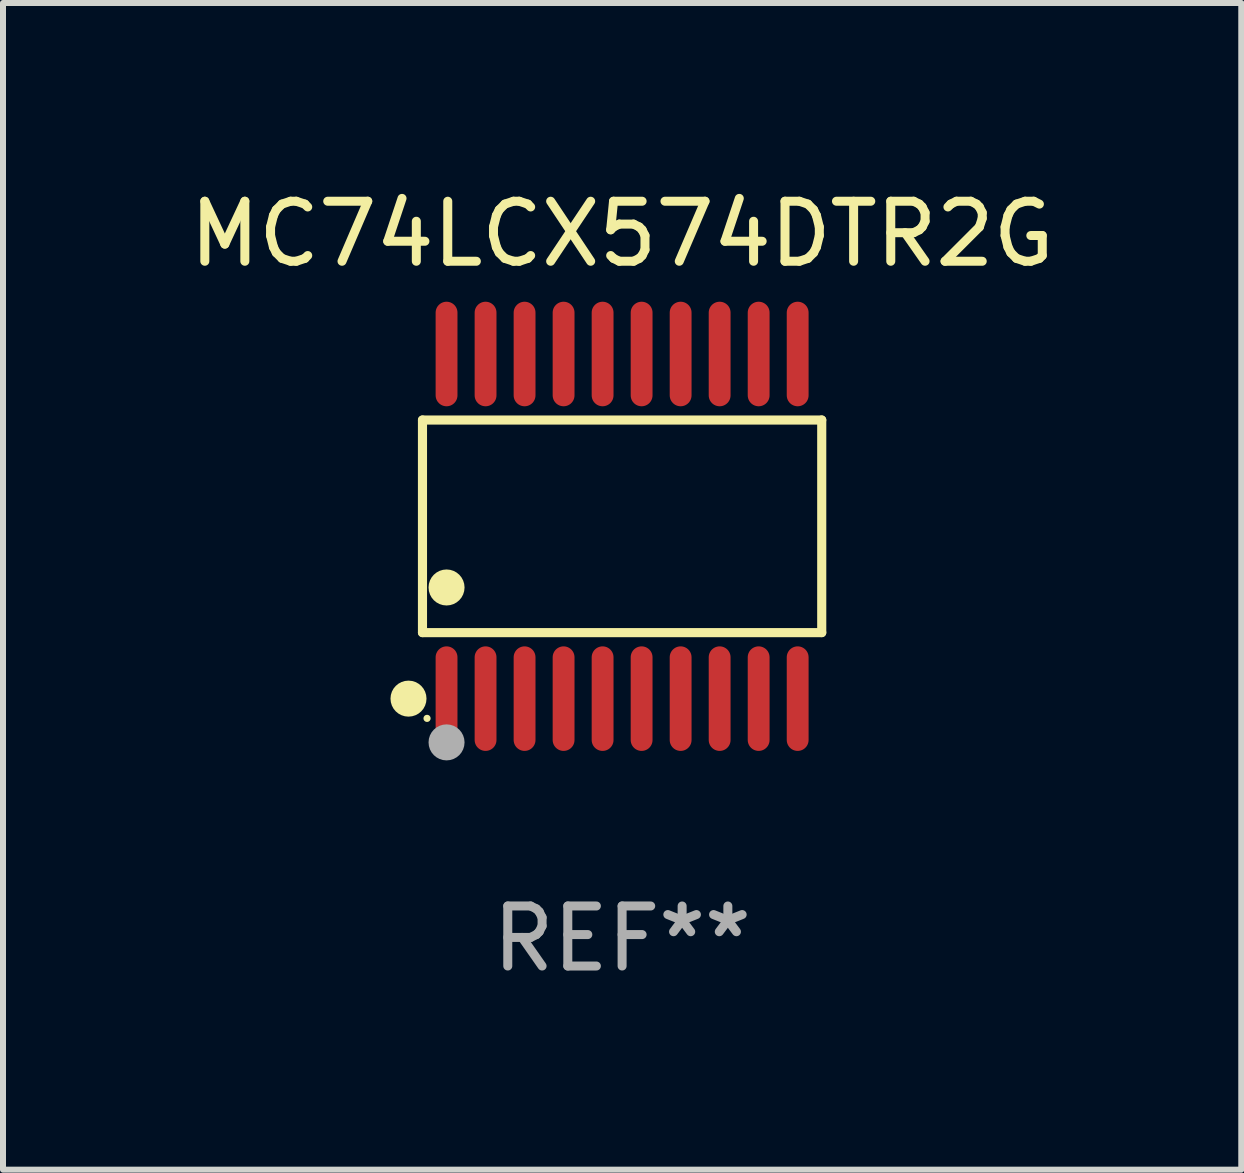
<source format=kicad_pcb>
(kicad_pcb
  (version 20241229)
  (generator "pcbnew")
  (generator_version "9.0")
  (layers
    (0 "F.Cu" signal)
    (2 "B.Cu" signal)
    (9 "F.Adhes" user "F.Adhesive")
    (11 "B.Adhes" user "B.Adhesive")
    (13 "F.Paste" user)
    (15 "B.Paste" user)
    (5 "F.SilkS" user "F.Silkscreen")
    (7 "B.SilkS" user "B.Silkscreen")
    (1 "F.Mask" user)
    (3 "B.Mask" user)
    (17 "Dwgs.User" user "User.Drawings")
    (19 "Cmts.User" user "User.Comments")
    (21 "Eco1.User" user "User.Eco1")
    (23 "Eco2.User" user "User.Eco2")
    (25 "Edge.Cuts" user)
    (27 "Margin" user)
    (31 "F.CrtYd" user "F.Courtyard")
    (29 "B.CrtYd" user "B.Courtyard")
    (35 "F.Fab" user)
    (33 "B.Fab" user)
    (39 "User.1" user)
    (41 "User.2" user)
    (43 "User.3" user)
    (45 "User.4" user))
  (footprint "MC74LCX574DTR2G"
    (layer "F.Cu")
    (at 7.315 5.719)
    (property "Reference" "MC74LCX574DTR2G" (at 0 -4.871 0) (layer "F.SilkS") (effects (font (size 1 1) (thickness 0.15))))
    (attr through_hole)
    (fp_line (start -3.326 -1.771) (end 3.326 -1.771) (stroke (width 0.152) (type solid)) (layer "F.SilkS"))
    (fp_line (start -3.326 1.771) (end -3.326 -1.771) (stroke (width 0.152) (type solid)) (layer "F.SilkS"))
    (fp_line (start 3.326 -1.771) (end 3.326 1.771) (stroke (width 0.152) (type solid)) (layer "F.SilkS"))
    (fp_line (start 3.326 1.771) (end -3.326 1.771) (stroke (width 0.152) (type solid)) (layer "F.SilkS"))
    (fp_circle (center -3.559 2.871) (end -3.409 2.871) (stroke (width 0.3) (type solid)) (fill no) (layer "F.SilkS"))
    (fp_circle (center -3.25 3.2) (end -3.22 3.2) (stroke (width 0.06) (type solid)) (fill no) (layer "F.SilkS"))
    (fp_circle (center -2.925 1.019) (end -2.775 1.019) (stroke (width 0.3) (type solid)) (fill no) (layer "F.SilkS"))
    (fp_circle (center -2.925 3.6) (end -2.775 3.6) (stroke (width 0.3) (type solid)) (fill no) (layer "F.Fab"))
    (fp_text user "REF**" (at 0 6.871 0) (layer "F.Fab") (effects (font (size 1 1) (thickness 0.15))))
    (pad "1" smd oval (at -2.925 2.871) (size 0.364 1.742) (layers "F.Cu" "F.Mask" "F.Paste"))
    (pad "2" smd oval (at -2.275 2.871) (size 0.364 1.742) (layers "F.Cu" "F.Mask" "F.Paste"))
    (pad "3" smd oval (at -1.625 2.871) (size 0.364 1.742) (layers "F.Cu" "F.Mask" "F.Paste"))
    (pad "4" smd oval (at -0.975 2.871) (size 0.364 1.742) (layers "F.Cu" "F.Mask" "F.Paste"))
    (pad "5" smd oval (at -0.325 2.871) (size 0.364 1.742) (layers "F.Cu" "F.Mask" "F.Paste"))
    (pad "6" smd oval (at 0.325 2.871) (size 0.364 1.742) (layers "F.Cu" "F.Mask" "F.Paste"))
    (pad "7" smd oval (at 0.975 2.871) (size 0.364 1.742) (layers "F.Cu" "F.Mask" "F.Paste"))
    (pad "8" smd oval (at 1.625 2.871) (size 0.364 1.742) (layers "F.Cu" "F.Mask" "F.Paste"))
    (pad "9" smd oval (at 2.275 2.871) (size 0.364 1.742) (layers "F.Cu" "F.Mask" "F.Paste"))
    (pad "10" smd oval (at 2.925 2.871) (size 0.364 1.742) (layers "F.Cu" "F.Mask" "F.Paste"))
    (pad "11" smd oval (at 2.925 -2.871) (size 0.364 1.742) (layers "F.Cu" "F.Mask" "F.Paste"))
    (pad "12" smd oval (at 2.275 -2.871) (size 0.364 1.742) (layers "F.Cu" "F.Mask" "F.Paste"))
    (pad "13" smd oval (at 1.625 -2.871) (size 0.364 1.742) (layers "F.Cu" "F.Mask" "F.Paste"))
    (pad "14" smd oval (at 0.975 -2.871) (size 0.364 1.742) (layers "F.Cu" "F.Mask" "F.Paste"))
    (pad "15" smd oval (at 0.325 -2.871) (size 0.364 1.742) (layers "F.Cu" "F.Mask" "F.Paste"))
    (pad "16" smd oval (at -0.325 -2.871) (size 0.364 1.742) (layers "F.Cu" "F.Mask" "F.Paste"))
    (pad "17" smd oval (at -0.975 -2.871) (size 0.364 1.742) (layers "F.Cu" "F.Mask" "F.Paste"))
    (pad "18" smd oval (at -1.625 -2.871) (size 0.364 1.742) (layers "F.Cu" "F.Mask" "F.Paste"))
    (pad "19" smd oval (at -2.275 -2.871) (size 0.364 1.742) (layers "F.Cu" "F.Mask" "F.Paste"))
    (pad "20" smd oval (at -2.925 -2.871) (size 0.364 1.742) (layers "F.Cu" "F.Mask" "F.Paste")))
  (gr_rect
    (start -3 -3)
    (end 17.631 16.438)
    (stroke (width 0.1) (type default))
    (fill no)
    (layer "Edge.Cuts")))
</source>
